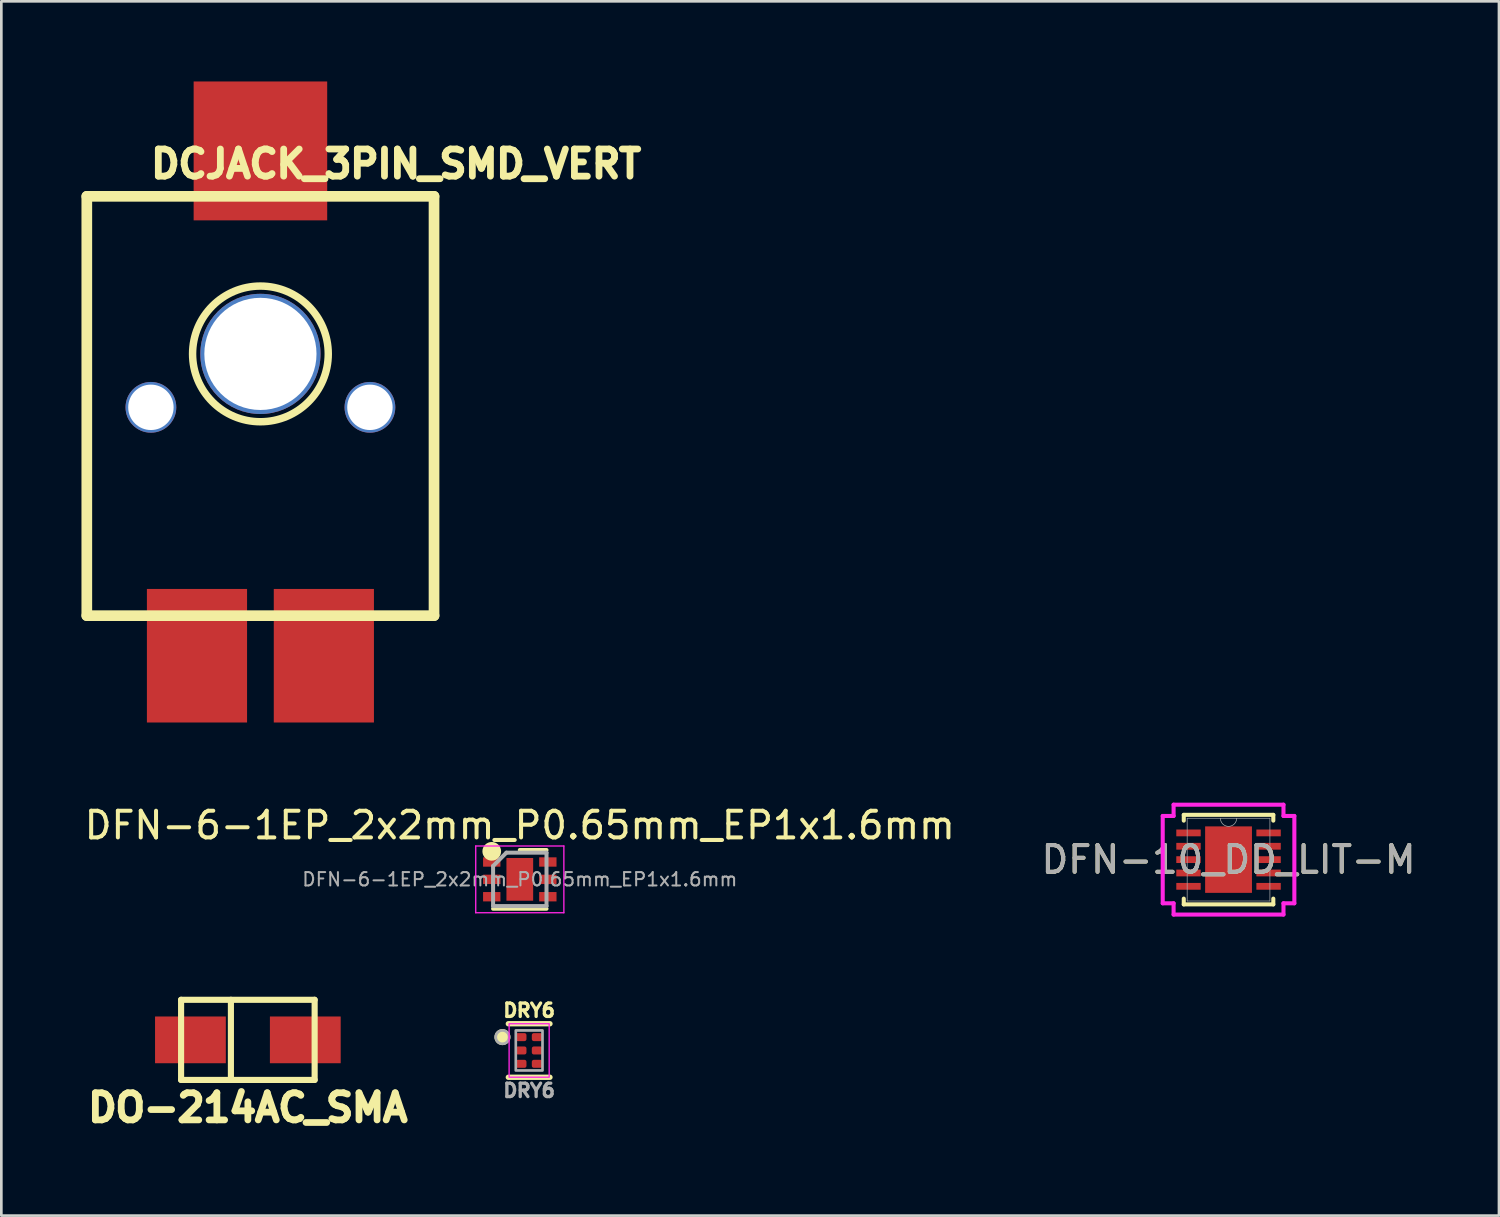
<source format=kicad_pcb>
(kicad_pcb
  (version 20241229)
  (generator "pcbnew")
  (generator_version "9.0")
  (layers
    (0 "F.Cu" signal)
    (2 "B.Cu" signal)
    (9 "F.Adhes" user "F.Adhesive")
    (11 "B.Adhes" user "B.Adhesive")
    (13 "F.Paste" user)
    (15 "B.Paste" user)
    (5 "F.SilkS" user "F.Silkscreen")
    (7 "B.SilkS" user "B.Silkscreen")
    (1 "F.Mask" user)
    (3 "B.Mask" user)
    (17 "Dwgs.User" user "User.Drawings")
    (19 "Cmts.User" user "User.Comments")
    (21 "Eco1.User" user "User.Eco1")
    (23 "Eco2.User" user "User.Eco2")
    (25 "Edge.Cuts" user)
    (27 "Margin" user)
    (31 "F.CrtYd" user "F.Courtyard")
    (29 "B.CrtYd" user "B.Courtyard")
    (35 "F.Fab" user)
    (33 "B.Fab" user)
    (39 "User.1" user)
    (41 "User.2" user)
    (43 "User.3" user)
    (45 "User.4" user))
  (footprint "DFN-10_DD_LIT-M"
    (layer "F.Cu")
    (at 42.946 29.134)
    (property "Reference" "DFN-10_DD_LIT-M" (at 0 0 0) (unlocked yes) (layer "F.SilkS") (effects (font (size 1 1) (thickness 0.15))))
    (attr smd)
    (fp_line (start -1.676 -1.676) (end -1.676 -1.46) (stroke (width 0.152) (type solid)) (layer "F.SilkS"))
    (fp_line (start -1.676 1.46) (end -1.676 1.676) (stroke (width 0.152) (type solid)) (layer "F.SilkS"))
    (fp_line (start -1.676 1.676) (end 1.676 1.676) (stroke (width 0.152) (type solid)) (layer "F.SilkS"))
    (fp_line (start 1.676 -1.676) (end -1.676 -1.676) (stroke (width 0.152) (type solid)) (layer "F.SilkS"))
    (fp_line (start 1.676 -1.46) (end 1.676 -1.676) (stroke (width 0.152) (type solid)) (layer "F.SilkS"))
    (fp_line (start 1.676 1.676) (end 1.676 1.46) (stroke (width 0.152) (type solid)) (layer "F.SilkS"))
    (fp_line (start -2.464 -1.635) (end -2.057 -1.635) (stroke (width 0.152) (type solid)) (layer "F.CrtYd"))
    (fp_line (start -2.464 1.635) (end -2.464 -1.635) (stroke (width 0.152) (type solid)) (layer "F.CrtYd"))
    (fp_line (start -2.464 1.635) (end -2.057 1.635) (stroke (width 0.152) (type solid)) (layer "F.CrtYd"))
    (fp_line (start -2.057 -2.057) (end 2.057 -2.057) (stroke (width 0.152) (type solid)) (layer "F.CrtYd"))
    (fp_line (start -2.057 -1.635) (end -2.057 -2.057) (stroke (width 0.152) (type solid)) (layer "F.CrtYd"))
    (fp_line (start -2.057 2.057) (end -2.057 1.635) (stroke (width 0.152) (type solid)) (layer "F.CrtYd"))
    (fp_line (start 2.057 -2.057) (end 2.057 -1.635) (stroke (width 0.152) (type solid)) (layer "F.CrtYd"))
    (fp_line (start 2.057 1.635) (end 2.057 2.057) (stroke (width 0.152) (type solid)) (layer "F.CrtYd"))
    (fp_line (start 2.057 2.057) (end -2.057 2.057) (stroke (width 0.152) (type solid)) (layer "F.CrtYd"))
    (fp_line (start 2.464 -1.635) (end 2.057 -1.635) (stroke (width 0.152) (type solid)) (layer "F.CrtYd"))
    (fp_line (start 2.464 -1.635) (end 2.464 1.635) (stroke (width 0.152) (type solid)) (layer "F.CrtYd"))
    (fp_line (start 2.464 1.635) (end 2.057 1.635) (stroke (width 0.152) (type solid)) (layer "F.CrtYd"))
    (fp_line (start -1.549 -1.549) (end -1.549 1.549) (stroke (width 0.025) (type solid)) (layer "F.Fab"))
    (fp_line (start -1.549 1.549) (end 1.549 1.549) (stroke (width 0.025) (type solid)) (layer "F.Fab"))
    (fp_line (start 1.549 -1.549) (end -1.549 -1.549) (stroke (width 0.025) (type solid)) (layer "F.Fab"))
    (fp_line (start 1.549 1.549) (end 1.549 -1.549) (stroke (width 0.025) (type solid)) (layer "F.Fab"))
    (fp_arc (start 0.3048 -1.5494) (mid 0 -1.2446) (end -0.3048 -1.5494) (stroke (width 0.0254) (type solid)) (layer "F.Fab"))
    (fp_text user "${REFERENCE}" (at 0 0 0) (unlocked yes) (layer "F.Fab") (effects (font (size 1 1) (thickness 0.15))))
    (pad "1" smd rect (at -1.499 -1) (size 0.914 0.254) (layers "F.Cu" "F.Mask" "F.Paste"))
    (pad "2" smd rect (at -1.499 -0.5) (size 0.914 0.254) (layers "F.Cu" "F.Mask" "F.Paste"))
    (pad "3" smd rect (at -1.499 0) (size 0.914 0.254) (layers "F.Cu" "F.Mask" "F.Paste"))
    (pad "4" smd rect (at -1.499 0.5) (size 0.914 0.254) (layers "F.Cu" "F.Mask" "F.Paste"))
    (pad "5" smd rect (at -1.499 1) (size 0.914 0.254) (layers "F.Cu" "F.Mask" "F.Paste"))
    (pad "6" smd rect (at 1.499 1) (size 0.914 0.254) (layers "F.Cu" "F.Mask" "F.Paste"))
    (pad "7" smd rect (at 1.499 0.5) (size 0.914 0.254) (layers "F.Cu" "F.Mask" "F.Paste"))
    (pad "8" smd rect (at 1.499 0) (size 0.914 0.254) (layers "F.Cu" "F.Mask" "F.Paste"))
    (pad "9" smd rect (at 1.499 -0.5) (size 0.914 0.254) (layers "F.Cu" "F.Mask" "F.Paste"))
    (pad "10" smd rect (at 1.499 -1) (size 0.914 0.254) (layers "F.Cu" "F.Mask" "F.Paste"))
    (pad "11" smd rect (at 0 0) (size 1.753 2.489) (layers "F.Cu" "F.Mask" "F.Paste")))
  (footprint "DFN-6-1EP_2x2mm_P0.65mm_EP1x1.6mm"
    (layer "F.Cu")
    (at 16.411 29.873)
    (property "Reference" "DFN-6-1EP_2x2mm_P0.65mm_EP1x1.6mm" (at 0 -2.025 0) (layer "F.SilkS") (effects (font (size 1 1) (thickness 0.15))))
    (attr smd)
    (fp_line (start -1 1.1) (end 1 1.1) (stroke (width 0.15) (type solid)) (layer "F.SilkS"))
    (fp_line (start 0 -1.1) (end 1 -1.1) (stroke (width 0.15) (type solid)) (layer "F.SilkS"))
    (fp_circle (center -1.05 -1.05) (end -1.05 -1.05) (stroke (width 0.35) (type default)) (fill no) (layer "F.SilkS"))
    (fp_line (start -1.65 -1.25) (end -1.65 1.25) (stroke (width 0.05) (type solid)) (layer "F.CrtYd"))
    (fp_line (start -1.65 -1.25) (end 1.65 -1.25) (stroke (width 0.05) (type solid)) (layer "F.CrtYd"))
    (fp_line (start -1.65 1.25) (end 1.65 1.25) (stroke (width 0.05) (type solid)) (layer "F.CrtYd"))
    (fp_line (start 1.65 -1.25) (end 1.65 1.25) (stroke (width 0.05) (type solid)) (layer "F.CrtYd"))
    (fp_line (start -1 -0.5) (end -0.5 -1) (stroke (width 0.15) (type solid)) (layer "F.Fab"))
    (fp_line (start -1 1) (end -1 -0.5) (stroke (width 0.15) (type solid)) (layer "F.Fab"))
    (fp_line (start -0.5 -1) (end 1 -1) (stroke (width 0.15) (type solid)) (layer "F.Fab"))
    (fp_line (start 1 -1) (end 1 1) (stroke (width 0.15) (type solid)) (layer "F.Fab"))
    (fp_line (start 1 1) (end -1 1) (stroke (width 0.15) (type solid)) (layer "F.Fab"))
    (fp_text user "${REFERENCE}" (at 0 0 0) (layer "F.Fab") (effects (font (size 0.5 0.5) (thickness 0.075))))
    (pad "" smd rect (at 0 -0.4) (size 0.82 0.63) (layers "F.Paste"))
    (pad "" smd rect (at 0 0.4) (size 0.82 0.63) (layers "F.Paste"))
    (pad "1" smd rect (at -1.05 -0.65) (size 0.65 0.35) (layers "F.Cu" "F.Mask" "F.Paste"))
    (pad "2" smd rect (at -1.05 0) (size 0.65 0.35) (layers "F.Cu" "F.Mask" "F.Paste"))
    (pad "3" smd rect (at -1.05 0.65) (size 0.65 0.35) (layers "F.Cu" "F.Mask" "F.Paste"))
    (pad "4" smd rect (at 1.05 0.65) (size 0.65 0.35) (layers "F.Cu" "F.Mask" "F.Paste"))
    (pad "5" smd rect (at 1.05 0) (size 0.65 0.35) (layers "F.Cu" "F.Mask" "F.Paste"))
    (pad "6" smd rect (at 1.05 -0.65) (size 0.65 0.35) (layers "F.Cu" "F.Mask" "F.Paste"))
    (pad "7" smd rect (at 0 0) (size 1 1.6) (layers "F.Cu" "F.Mask")))
  (footprint "DRY6"
    (layer "F.Cu")
    (at 16.761 36.279)
    (property "Reference" "DRY6" (at 0 -1.5 0) (unlocked yes) (layer "F.SilkS") (effects (font (size 0.5 0.5) (thickness 0.125))))
    (attr smd)
    (fp_line (start -0.779 1.004) (end 0.779 1.004) (stroke (width 0.2) (type solid)) (layer "F.SilkS"))
    (fp_line (start 0.779 -1) (end -0.779 -1) (stroke (width 0.2) (type solid)) (layer "F.SilkS"))
    (fp_circle (center -1 -0.5) (end -0.75 -0.5) (stroke (width 0.1) (type solid)) (fill yes) (layer "F.SilkS"))
    (fp_rect (start -0.75 -1) (end 0.75 1) (stroke (width 0.05) (type default)) (fill no) (layer "F.CrtYd"))
    (fp_rect (start -0.5 -0.75) (end 0.5 0.75) (stroke (width 0.1) (type default)) (fill no) (layer "F.Fab"))
    (fp_circle (center -1 -0.5) (end -0.75 -0.5) (stroke (width 0.1) (type solid)) (fill no) (layer "F.Fab"))
    (fp_text user "${REFERENCE}" (at 0 1.5 0) (unlocked yes) (layer "F.Fab") (effects (font (size 0.5 0.5) (thickness 0.125))))
    (pad "1" smd roundrect (at -0.3 -0.5) (size 0.4 0.3) (layers "F.Cu" "F.Mask" "F.Paste") (roundrect_rratio 0.25))
    (pad "2" smd roundrect (at -0.3 0) (size 0.4 0.3) (layers "F.Cu" "F.Mask" "F.Paste") (roundrect_rratio 0.25))
    (pad "3" smd roundrect (at -0.3 0.5) (size 0.4 0.3) (layers "F.Cu" "F.Mask" "F.Paste") (roundrect_rratio 0.25))
    (pad "4" smd roundrect (at 0.3 0.5) (size 0.4 0.3) (layers "F.Cu" "F.Mask" "F.Paste") (roundrect_rratio 0.25))
    (pad "5" smd roundrect (at 0.3 0) (size 0.4 0.3) (layers "F.Cu" "F.Mask" "F.Paste") (roundrect_rratio 0.25))
    (pad "6" smd roundrect (at 0.3 -0.5) (size 0.4 0.3) (layers "F.Cu" "F.Mask" "F.Paste") (roundrect_rratio 0.25)))
  (footprint "DO-214AC_SMA"
    (layer "F.Cu")
    (at 6.23 35.882)
    (property "Reference" "DO-214AC_SMA" (at 0 2.54 0) (layer "F.SilkS") (effects (font (size 1.016 1.016) (thickness 0.254))))
    (attr through_hole)
    (fp_line (start -2.5 -1.5) (end 2.5 -1.5) (stroke (width 0.229) (type solid)) (layer "F.SilkS"))
    (fp_line (start -2.5 1.5) (end -2.5 -1.5) (stroke (width 0.229) (type solid)) (layer "F.SilkS"))
    (fp_line (start -0.635 -1.5) (end -0.635 1.5) (stroke (width 0.229) (type solid)) (layer "F.SilkS"))
    (fp_line (start 2.5 -1.5) (end 2.5 1.5) (stroke (width 0.229) (type solid)) (layer "F.SilkS"))
    (fp_line (start 2.5 1.5) (end -2.5 1.5) (stroke (width 0.229) (type solid)) (layer "F.SilkS"))
    (pad "1" smd rect (at -2.15 0) (size 2.65 1.75) (layers "F.Cu" "F.Mask" "F.Paste"))
    (pad "2" smd rect (at 2.15 0) (size 2.65 1.75) (layers "F.Cu" "F.Mask" "F.Paste")))
  (footprint "DCJACK_3PIN_SMD_VERT"
    (layer "F.Cu")
    (at 6.7 10.2)
    (property "Reference" "DCJACK_3PIN_SMD_VERT" (at 5.08 -7.112 180) (layer "F.SilkS") (effects (font (size 1.016 1.016) (thickness 0.254))))
    (attr through_hole)
    (fp_line (start -6.5 -5.9) (end -6.5 9.8) (stroke (width 0.4) (type solid)) (layer "F.SilkS"))
    (fp_line (start -6.5 -5.9) (end 6.5 -5.9) (stroke (width 0.4) (type solid)) (layer "F.SilkS"))
    (fp_line (start -6.5 9.8) (end 6.5 9.8) (stroke (width 0.4) (type solid)) (layer "F.SilkS"))
    (fp_line (start 6.5 -5.9) (end 6.5 9.8) (stroke (width 0.4) (type solid)) (layer "F.SilkS"))
    (fp_circle (center 0 0) (end 2.54 0) (stroke (width 0.279) (type solid)) (fill no) (layer "F.SilkS"))
    (pad "" thru_hole circle (at -4.1 2) (size 1.9 1.9) (drill 1.7) (layers "*.Cu" "*.Mask"))
    (pad "" thru_hole circle (at 0 0) (size 4.5 4.5) (drill 4.2) (layers "*.Cu" "*.Mask"))
    (pad "" thru_hole circle (at 4.1 2) (size 1.9 1.9) (drill 1.7) (layers "*.Cu" "*.Mask"))
    (pad "1" smd rect (at 0 -7.6) (size 5 5.2) (layers "F.Cu" "F.Mask" "F.Paste"))
    (pad "2" smd rect (at -2.375 11.3) (size 3.75 5) (layers "F.Cu" "F.Mask" "F.Paste"))
    (pad "3" smd rect (at 2.375 11.3) (size 3.75 5) (layers "F.Cu" "F.Mask" "F.Paste")))
  (gr_rect
    (start -3 -3)
    (end 53.071 42.462)
    (stroke (width 0.1) (type default))
    (fill no)
    (layer "Edge.Cuts")))
</source>
